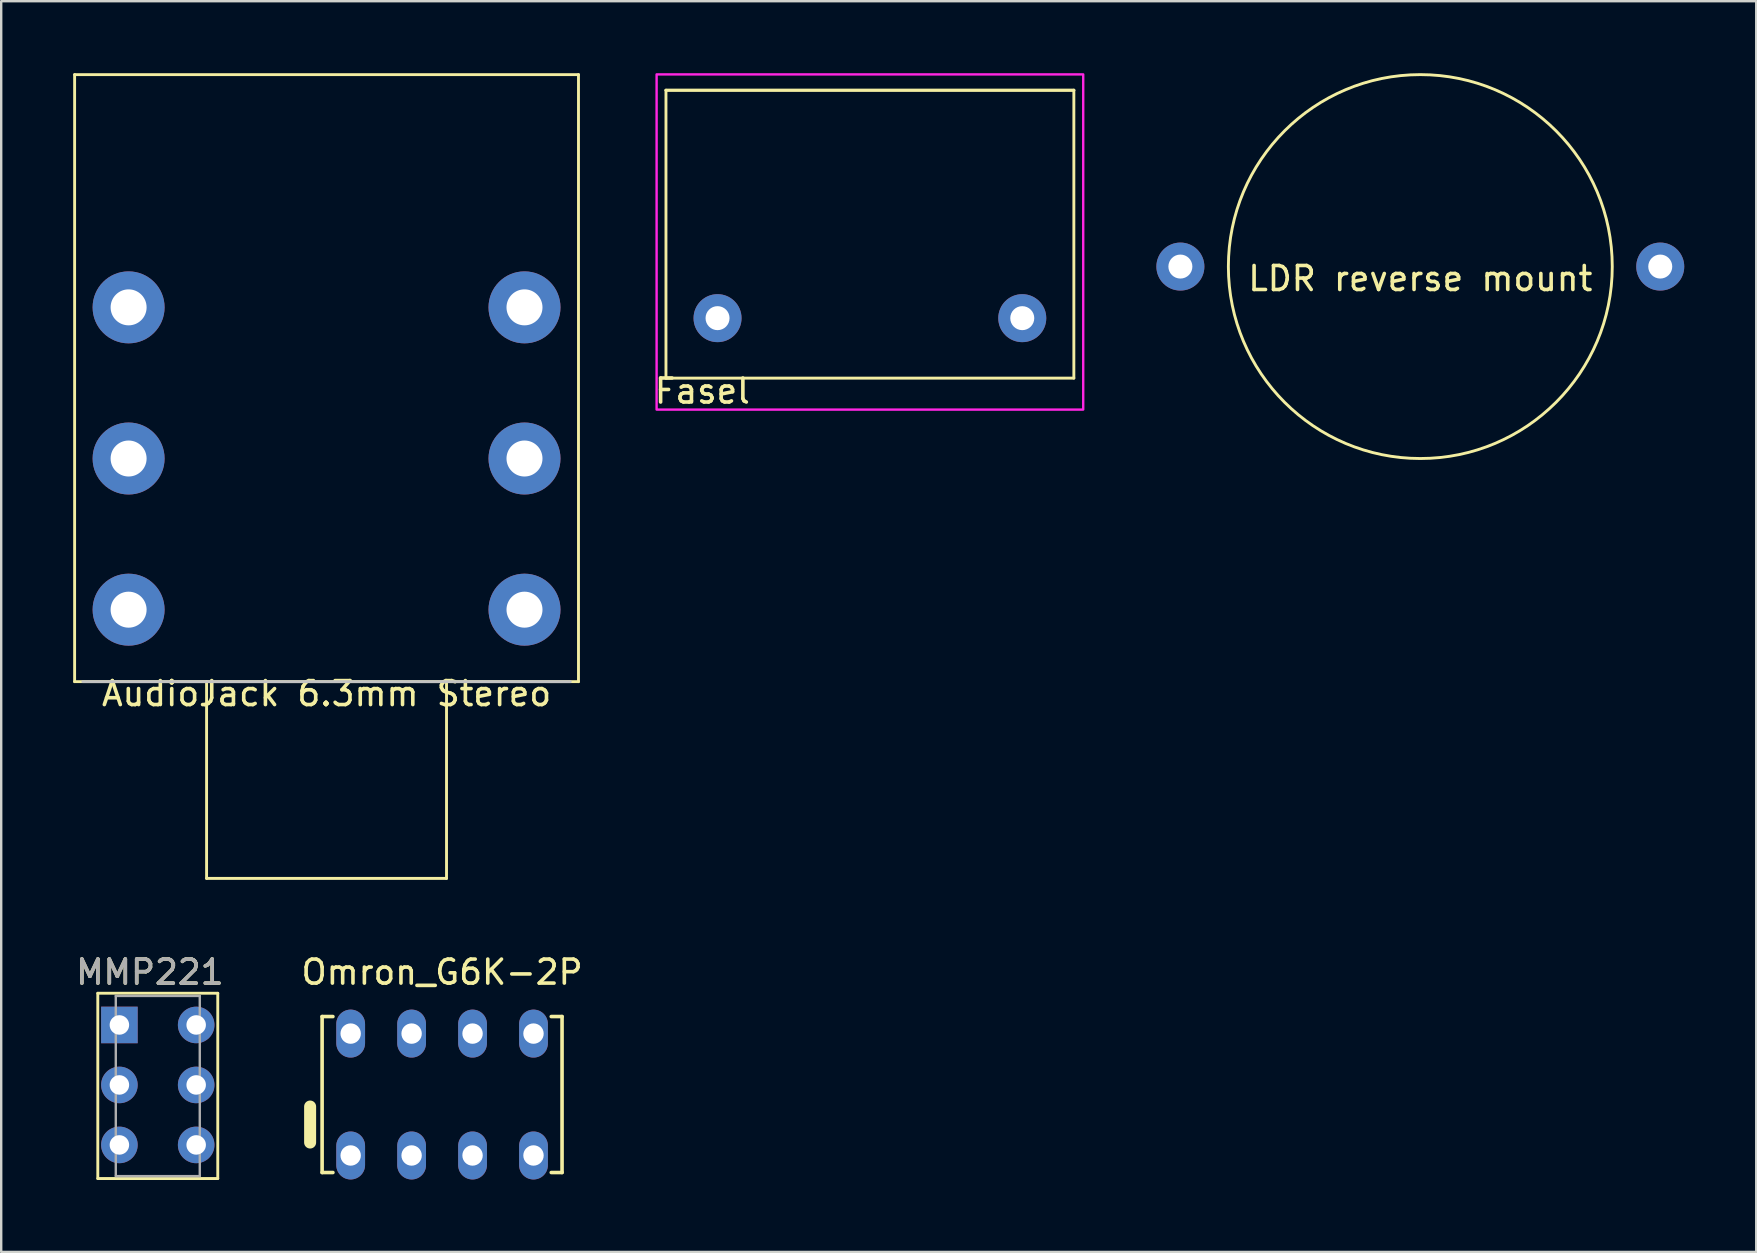
<source format=kicad_pcb>
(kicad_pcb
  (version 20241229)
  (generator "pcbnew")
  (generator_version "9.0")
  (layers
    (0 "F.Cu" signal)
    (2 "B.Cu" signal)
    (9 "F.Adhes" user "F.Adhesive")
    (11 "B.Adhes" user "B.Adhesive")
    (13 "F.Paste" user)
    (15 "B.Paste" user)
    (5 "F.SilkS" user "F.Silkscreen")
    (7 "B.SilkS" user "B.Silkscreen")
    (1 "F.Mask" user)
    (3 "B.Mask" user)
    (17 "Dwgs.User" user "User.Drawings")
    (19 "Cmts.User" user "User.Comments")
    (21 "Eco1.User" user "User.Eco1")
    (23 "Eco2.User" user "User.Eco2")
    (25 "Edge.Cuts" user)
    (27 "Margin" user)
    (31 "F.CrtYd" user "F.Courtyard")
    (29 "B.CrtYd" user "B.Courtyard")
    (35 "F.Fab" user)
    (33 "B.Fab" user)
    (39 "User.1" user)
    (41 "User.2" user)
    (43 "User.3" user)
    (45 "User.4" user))
  (footprint "AudioJack 6.3mm Stereo"
    (layer "F.Cu")
    (at 10.56 25.36)
    (property "Reference" "AudioJack 6.3mm Stereo" (at 0 0.5 0) (layer "F.SilkS") (effects (font (size 1 1) (thickness 0.15))))
    (attr through_hole)
    (fp_line (start -10.5 -25.3) (end -10.5 0) (stroke (width 0.12) (type solid)) (layer "F.SilkS"))
    (fp_line (start -10.5 0) (end 10.5 0) (stroke (width 0.12) (type solid)) (layer "F.SilkS"))
    (fp_line (start -5 0) (end -5 8.2) (stroke (width 0.12) (type solid)) (layer "F.SilkS"))
    (fp_line (start -5 8.2) (end 5 8.2) (stroke (width 0.12) (type solid)) (layer "F.SilkS"))
    (fp_line (start 5 0) (end 5 8.2) (stroke (width 0.12) (type solid)) (layer "F.SilkS"))
    (fp_line (start 10.5 -25.3) (end -10.5 -25.3) (stroke (width 0.12) (type solid)) (layer "F.SilkS"))
    (fp_line (start 10.5 0) (end 10.5 -25.3) (stroke (width 0.12) (type solid)) (layer "F.SilkS"))
    (fp_line (start -10.16 0) (end 10.16 0) (stroke (width 0.12) (type solid)) (layer "Dwgs.User"))
    (pad "R" thru_hole circle (at 8.25 -9.3) (size 3 3) (drill 1.5) (layers "*.Cu" "*.Mask"))
    (pad "RN" thru_hole circle (at -8.25 -9.3) (size 3 3) (drill 1.5) (layers "*.Cu" "*.Mask"))
    (pad "S" thru_hole circle (at 8.25 -3) (size 3 3) (drill 1.5) (layers "*.Cu" "*.Mask"))
    (pad "SN" thru_hole circle (at -8.25 -3) (size 3 3) (drill 1.5) (layers "*.Cu" "*.Mask"))
    (pad "T" thru_hole circle (at 8.25 -15.6) (size 3 3) (drill 1.5) (layers "*.Cu" "*.Mask"))
    (pad "TN" thru_hole circle (at -8.25 -15.6) (size 3 3) (drill 1.5) (layers "*.Cu" "*.Mask")))
  (footprint "Omron_G6K-2P"
    (layer "F.Cu")
    (at 15.375 42.568)
    (property "Reference" "Omron_G6K-2P" (at 0 -5.1 0) (layer "F.SilkS") (effects (font (size 1 1) (thickness 0.15))))
    (attr through_hole)
    (fp_line (start -5.5 2) (end -5.5 0.5) (stroke (width 0.5) (type solid)) (layer "F.SilkS"))
    (fp_line (start -5 -3.25) (end -5 3.25) (stroke (width 0.15) (type solid)) (layer "F.SilkS"))
    (fp_line (start -5 -3.25) (end -4.55 -3.25) (stroke (width 0.15) (type solid)) (layer "F.SilkS"))
    (fp_line (start -5 3.25) (end -4.55 3.25) (stroke (width 0.15) (type solid)) (layer "F.SilkS"))
    (fp_line (start 4.55 -3.25) (end 5 -3.25) (stroke (width 0.15) (type solid)) (layer "F.SilkS"))
    (fp_line (start 4.55 3.25) (end 5 3.25) (stroke (width 0.15) (type solid)) (layer "F.SilkS"))
    (fp_line (start 5 -3.25) (end 5 3.25) (stroke (width 0.15) (type solid)) (layer "F.SilkS"))
    (pad "1" thru_hole oval (at -3.81 2.54) (size 1.2 2) (drill 0.85) (layers "*.Cu" "*.Mask"))
    (pad "2" thru_hole oval (at -1.27 2.54) (size 1.2 2) (drill 0.85) (layers "*.Cu" "*.Mask"))
    (pad "3" thru_hole oval (at 1.27 2.54) (size 1.2 2) (drill 0.85) (layers "*.Cu" "*.Mask"))
    (pad "4" thru_hole oval (at 3.81 2.54) (size 1.2 2) (drill 0.85) (layers "*.Cu" "*.Mask"))
    (pad "5" thru_hole oval (at 3.81 -2.54) (size 1.2 2) (drill 0.85) (layers "*.Cu" "*.Mask"))
    (pad "6" thru_hole oval (at 1.27 -2.54) (size 1.2 2) (drill 0.85) (layers "*.Cu" "*.Mask"))
    (pad "7" thru_hole oval (at -1.27 -2.54) (size 1.2 2) (drill 0.85) (layers "*.Cu" "*.Mask"))
    (pad "8" thru_hole oval (at -3.81 -2.54) (size 1.2 2) (drill 0.85) (layers "*.Cu" "*.Mask")))
  (footprint "LDR reverse mount"
    (layer "F.Cu")
    (at 56.146 8.06)
    (property "Reference" "LDR reverse mount" (at 0 0.5 0) (layer "F.SilkS") (effects (font (size 1 1) (thickness 0.15))))
    (attr through_hole)
    (fp_circle (center 0 0) (end 8 0) (stroke (width 0.12) (type solid)) (fill no) (layer "F.SilkS"))
    (pad "1" thru_hole circle (at -10 0) (size 2 2) (drill 1) (layers "*.Cu" "*.Mask"))
    (pad "2" thru_hole circle (at 10 0) (size 2 2) (drill 1) (layers "*.Cu" "*.Mask")))
  (footprint "MMP221"
    (layer "F.Cu")
    (at 3.526 42.168)
    (property "Reference" "MMP221" (at -0.33 -4.7 0) (layer "F.SilkS") (effects (font (size 1 1) (thickness 0.15))))
    (attr through_hole)
    (fp_line (start -2.5 -3.821) (end 2.5 -3.821) (stroke (width 0.12) (type solid)) (layer "F.SilkS"))
    (fp_line (start -2.5 3.901) (end -2.5 -3.821) (stroke (width 0.12) (type solid)) (layer "F.SilkS"))
    (fp_line (start -2.5 3.901) (end 2.5 3.901) (stroke (width 0.12) (type solid)) (layer "F.SilkS"))
    (fp_line (start 2.5 -3.821) (end 2.5 3.901) (stroke (width 0.12) (type solid)) (layer "F.SilkS"))
    (fp_line (start -1.75 -3.71) (end 1.75 -3.71) (stroke (width 0.1) (type solid)) (layer "F.Fab"))
    (fp_line (start -1.75 3.79) (end -1.75 -3.71) (stroke (width 0.1) (type solid)) (layer "F.Fab"))
    (fp_line (start -1.75 3.8) (end 1.75 3.8) (stroke (width 0.1) (type solid)) (layer "F.Fab"))
    (fp_line (start 1.75 3.79) (end 1.75 -3.71) (stroke (width 0.1) (type solid)) (layer "F.Fab"))
    (fp_text user "${REFERENCE}" (at -0.33 -4.7 0) (layer "F.Fab") (effects (font (size 1 1) (thickness 0.15))))
    (pad "1" thru_hole rect (at -1.6 -2.5) (size 1.524 1.524) (drill 0.813) (layers "*.Cu" "*.Mask"))
    (pad "2" thru_hole circle (at -1.6 0) (size 1.524 1.524) (drill 0.813) (layers "*.Cu" "*.Mask"))
    (pad "3" thru_hole circle (at -1.6 2.5) (size 1.524 1.524) (drill 0.813) (layers "*.Cu" "*.Mask"))
    (pad "4" thru_hole circle (at 1.6 -2.5) (size 1.524 1.524) (drill 0.813) (layers "*.Cu" "*.Mask"))
    (pad "5" thru_hole circle (at 1.6 0) (size 1.524 1.524) (drill 0.813) (layers "*.Cu" "*.Mask"))
    (pad "6" thru_hole circle (at 1.6 2.5) (size 1.524 1.524) (drill 0.813) (layers "*.Cu" "*.Mask")))
  (footprint "Fasel"
    (layer "F.Cu")
    (at 33.206 10.21)
    (property "Reference" "Fasel" (at -6.985 3.04 0) (layer "F.SilkS") (effects (font (size 1 1) (thickness 0.15))))
    (attr through_hole)
    (fp_line (start -8.5 -9.5) (end -8.5 2.5) (stroke (width 0.12) (type solid)) (layer "F.SilkS"))
    (fp_line (start -8.5 2.5) (end 8.5 2.5) (stroke (width 0.12) (type solid)) (layer "F.SilkS"))
    (fp_line (start 8.5 -9.5) (end -8.5 -9.5) (stroke (width 0.12) (type solid)) (layer "F.SilkS"))
    (fp_line (start 8.5 -9.5) (end -8.5 -9.5) (stroke (width 0.12) (type solid)) (layer "F.SilkS"))
    (fp_line (start 8.5 2.5) (end 8.5 -9.5) (stroke (width 0.12) (type solid)) (layer "F.SilkS"))
    (fp_poly (pts (xy -8.89 2.54) (xy -8.89 -10.16) (xy 8.89 -10.16) (xy 8.89 3.81) (xy -8.89 3.81)) (stroke (width 0.1) (type solid)) (fill no) (layer "F.CrtYd"))
    (pad "1" thru_hole circle (at -6.35 0) (size 2 2) (drill 1) (layers "*.Cu" "*.Mask"))
    (pad "2" thru_hole circle (at 6.35 0) (size 2 2) (drill 1) (layers "*.Cu" "*.Mask")))
  (gr_rect
    (start -3 -3)
    (end 70.146 49.129)
    (stroke (width 0.1) (type default))
    (fill no)
    (layer "Edge.Cuts")))
</source>
